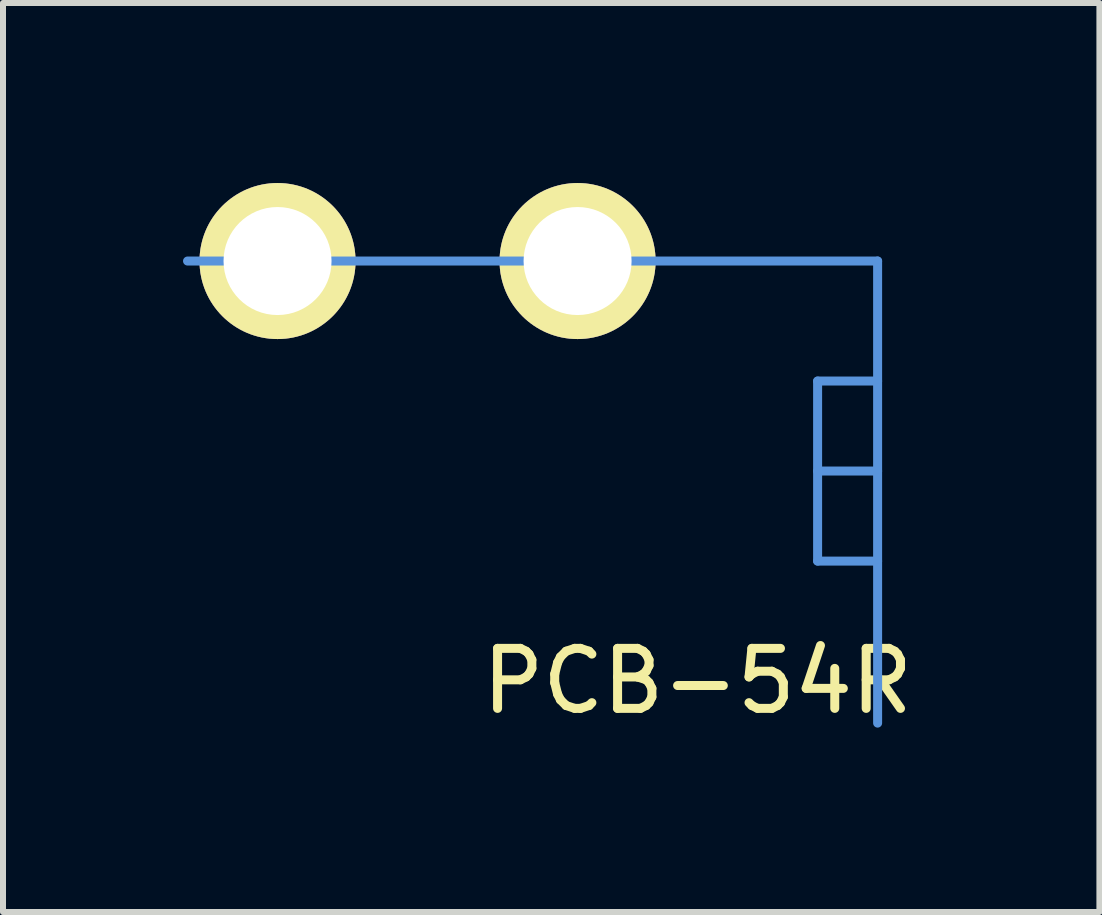
<source format=kicad_pcb>
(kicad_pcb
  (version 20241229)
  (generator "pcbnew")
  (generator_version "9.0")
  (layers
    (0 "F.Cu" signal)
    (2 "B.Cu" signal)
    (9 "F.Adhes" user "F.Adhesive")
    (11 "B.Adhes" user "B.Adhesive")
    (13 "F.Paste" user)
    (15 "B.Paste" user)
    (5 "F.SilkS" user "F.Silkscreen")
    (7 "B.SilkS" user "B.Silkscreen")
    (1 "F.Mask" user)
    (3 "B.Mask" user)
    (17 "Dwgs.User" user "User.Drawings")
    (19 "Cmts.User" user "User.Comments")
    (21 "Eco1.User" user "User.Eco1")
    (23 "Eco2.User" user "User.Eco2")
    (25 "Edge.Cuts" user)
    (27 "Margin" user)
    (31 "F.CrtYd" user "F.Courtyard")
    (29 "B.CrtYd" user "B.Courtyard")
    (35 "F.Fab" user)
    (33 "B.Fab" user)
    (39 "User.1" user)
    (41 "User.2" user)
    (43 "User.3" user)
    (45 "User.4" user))
  (footprint "PCB-54R"
    (layer "F.Cu")
    (at 11.575 1.3)
    (property "Reference" "PCB-54R" (at -3 7 0) (layer "F.SilkS") (effects (font (size 1 1) (thickness 0.15))))
    (attr through_hole)
    (fp_line (start -1 2) (end -1 5) (stroke (width 0.15) (type solid)) (layer "Cmts.User"))
    (fp_line (start -1 5) (end 0 5) (stroke (width 0.15) (type solid)) (layer "Cmts.User"))
    (fp_line (start 0 0) (end -11.5 0) (stroke (width 0.15) (type solid)) (layer "Cmts.User"))
    (fp_line (start 0 0) (end 0 7.7) (stroke (width 0.15) (type solid)) (layer "Cmts.User"))
    (fp_line (start 0 2) (end -1 2) (stroke (width 0.15) (type solid)) (layer "Cmts.User"))
    (fp_line (start 0 3.5) (end -1 3.5) (stroke (width 0.15) (type solid)) (layer "Cmts.User"))
    (pad "1" thru_hole circle (at -5 0) (size 2.6 2.6) (drill 1.8) (layers "*.Cu" "*.Mask" "F.SilkS"))
    (pad "2" thru_hole circle (at -10 0) (size 2.6 2.6) (drill 1.8) (layers "*.Cu" "*.Mask" "F.SilkS")))
  (gr_rect
    (start -3 -3)
    (end 15.271 12.148)
    (stroke (width 0.1) (type default))
    (fill no)
    (layer "Edge.Cuts")))
</source>
